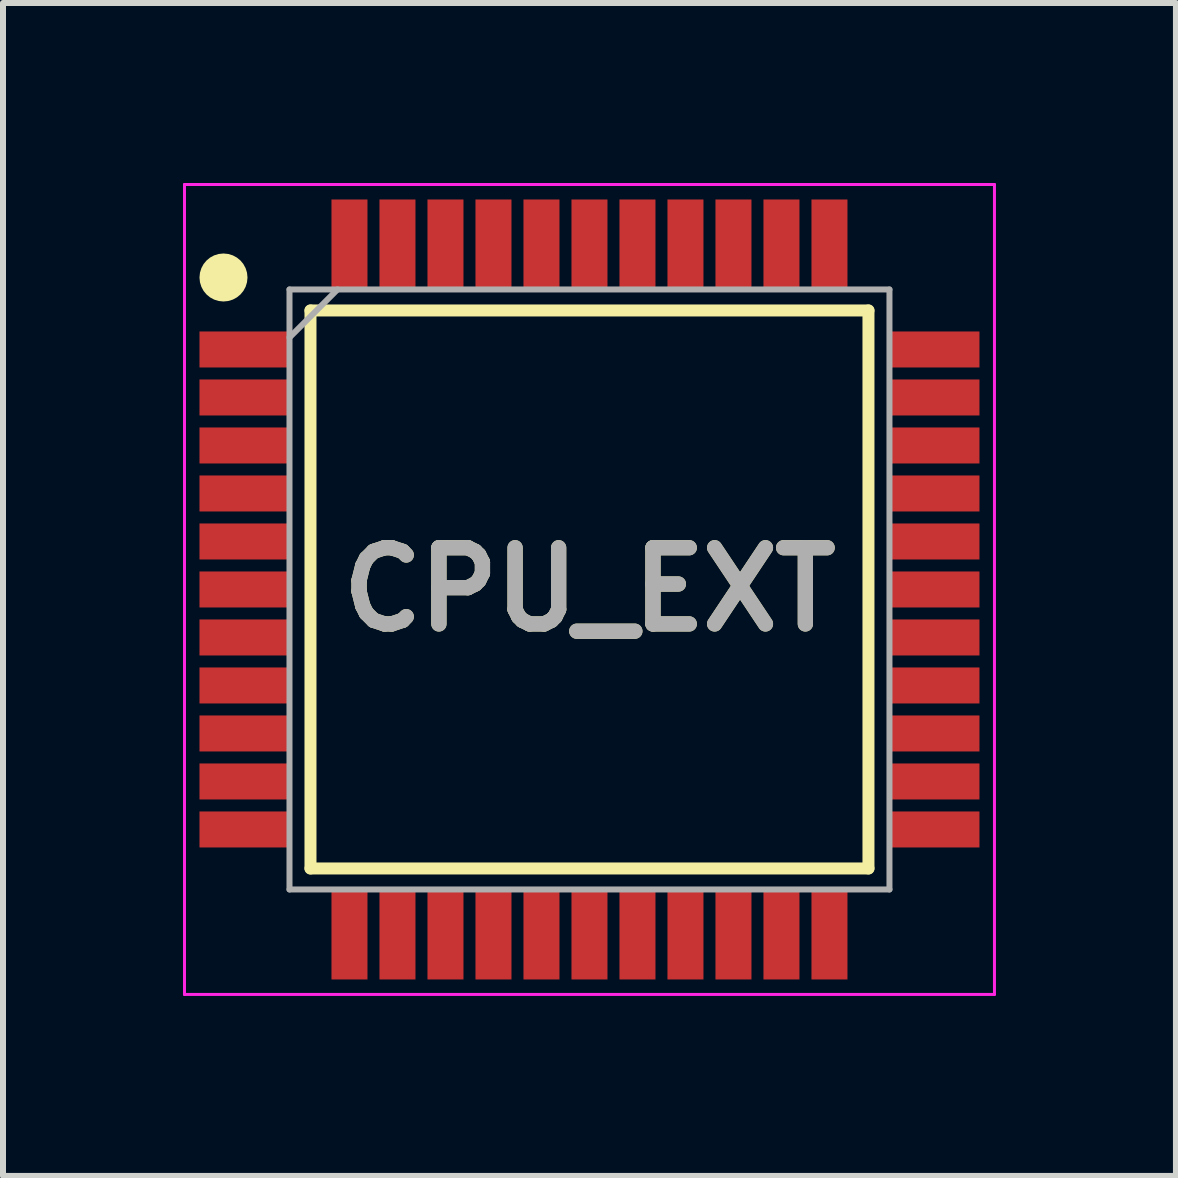
<source format=kicad_pcb>
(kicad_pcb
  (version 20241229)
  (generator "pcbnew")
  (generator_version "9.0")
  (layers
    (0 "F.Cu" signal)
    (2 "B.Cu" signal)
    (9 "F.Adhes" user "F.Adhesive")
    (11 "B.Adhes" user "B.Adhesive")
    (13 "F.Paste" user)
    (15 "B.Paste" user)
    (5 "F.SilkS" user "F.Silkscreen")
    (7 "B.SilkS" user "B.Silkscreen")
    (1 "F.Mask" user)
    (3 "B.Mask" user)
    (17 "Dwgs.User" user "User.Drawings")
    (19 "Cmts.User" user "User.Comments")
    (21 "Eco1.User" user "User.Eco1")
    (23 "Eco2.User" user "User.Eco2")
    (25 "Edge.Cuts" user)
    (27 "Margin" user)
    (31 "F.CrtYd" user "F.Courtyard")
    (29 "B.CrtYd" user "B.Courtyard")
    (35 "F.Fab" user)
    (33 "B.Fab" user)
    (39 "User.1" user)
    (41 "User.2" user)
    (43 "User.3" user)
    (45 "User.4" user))
  (footprint "CPU_EXT"
    (layer "F.Cu")
    (at 6.775 6.775)
    (property "Reference" "CPU_EXT" (at 0 0 0) (layer "F.SilkS") (effects (font (size 1.27 1.27) (thickness 0.254))))
    (attr smd)
    (fp_line (start -4.65 -4.65) (end 4.65 -4.65) (stroke (width 0.2) (type solid)) (layer "F.SilkS"))
    (fp_line (start -4.65 4.65) (end -4.65 -4.65) (stroke (width 0.2) (type solid)) (layer "F.SilkS"))
    (fp_line (start 4.65 -4.65) (end 4.65 4.65) (stroke (width 0.2) (type solid)) (layer "F.SilkS"))
    (fp_line (start 4.65 4.65) (end -4.65 4.65) (stroke (width 0.2) (type solid)) (layer "F.SilkS"))
    (fp_circle (center -6.1 -5.2) (end -6.1 -5) (stroke (width 0.4) (type solid)) (fill no) (layer "F.SilkS"))
    (fp_line (start -6.75 -6.75) (end 6.75 -6.75) (stroke (width 0.05) (type solid)) (layer "F.CrtYd"))
    (fp_line (start -6.75 6.75) (end -6.75 -6.75) (stroke (width 0.05) (type solid)) (layer "F.CrtYd"))
    (fp_line (start 6.75 -6.75) (end 6.75 6.75) (stroke (width 0.05) (type solid)) (layer "F.CrtYd"))
    (fp_line (start 6.75 6.75) (end -6.75 6.75) (stroke (width 0.05) (type solid)) (layer "F.CrtYd"))
    (fp_line (start -5 -5) (end 5 -5) (stroke (width 0.1) (type solid)) (layer "F.Fab"))
    (fp_line (start -5 -4.2) (end -4.2 -5) (stroke (width 0.1) (type solid)) (layer "F.Fab"))
    (fp_line (start -5 5) (end -5 -5) (stroke (width 0.1) (type solid)) (layer "F.Fab"))
    (fp_line (start 5 -5) (end 5 5) (stroke (width 0.1) (type solid)) (layer "F.Fab"))
    (fp_line (start 5 5) (end -5 5) (stroke (width 0.1) (type solid)) (layer "F.Fab"))
    (fp_text user "${REFERENCE}" (at 0 0 0) (layer "F.Fab") (effects (font (size 1.27 1.27) (thickness 0.254))))
    (pad "1" smd rect (at -5.75 -4 90) (size 0.6 1.5) (layers "F.Cu" "F.Mask" "F.Paste"))
    (pad "2" smd rect (at -5.75 -3.2 90) (size 0.6 1.5) (layers "F.Cu" "F.Mask" "F.Paste"))
    (pad "3" smd rect (at -5.75 -2.4 90) (size 0.6 1.5) (layers "F.Cu" "F.Mask" "F.Paste"))
    (pad "4" smd rect (at -5.75 -1.6 90) (size 0.6 1.5) (layers "F.Cu" "F.Mask" "F.Paste"))
    (pad "5" smd rect (at -5.75 -0.8 90) (size 0.6 1.5) (layers "F.Cu" "F.Mask" "F.Paste"))
    (pad "6" smd rect (at -5.75 0 90) (size 0.6 1.5) (layers "F.Cu" "F.Mask" "F.Paste"))
    (pad "7" smd rect (at -5.75 0.8 90) (size 0.6 1.5) (layers "F.Cu" "F.Mask" "F.Paste"))
    (pad "8" smd rect (at -5.75 1.6 90) (size 0.6 1.5) (layers "F.Cu" "F.Mask" "F.Paste"))
    (pad "9" smd rect (at -5.75 2.4 90) (size 0.6 1.5) (layers "F.Cu" "F.Mask" "F.Paste"))
    (pad "10" smd rect (at -5.75 3.2 90) (size 0.6 1.5) (layers "F.Cu" "F.Mask" "F.Paste"))
    (pad "11" smd rect (at -5.75 4 90) (size 0.6 1.5) (layers "F.Cu" "F.Mask" "F.Paste"))
    (pad "12" smd rect (at -4 5.75) (size 0.6 1.5) (layers "F.Cu" "F.Mask" "F.Paste"))
    (pad "13" smd rect (at -3.2 5.75) (size 0.6 1.5) (layers "F.Cu" "F.Mask" "F.Paste"))
    (pad "14" smd rect (at -2.4 5.75) (size 0.6 1.5) (layers "F.Cu" "F.Mask" "F.Paste"))
    (pad "15" smd rect (at -1.6 5.75) (size 0.6 1.5) (layers "F.Cu" "F.Mask" "F.Paste"))
    (pad "16" smd rect (at -0.8 5.75) (size 0.6 1.5) (layers "F.Cu" "F.Mask" "F.Paste"))
    (pad "17" smd rect (at 0 5.75) (size 0.6 1.5) (layers "F.Cu" "F.Mask" "F.Paste"))
    (pad "18" smd rect (at 0.8 5.75) (size 0.6 1.5) (layers "F.Cu" "F.Mask" "F.Paste"))
    (pad "19" smd rect (at 1.6 5.75) (size 0.6 1.5) (layers "F.Cu" "F.Mask" "F.Paste"))
    (pad "20" smd rect (at 2.4 5.75) (size 0.6 1.5) (layers "F.Cu" "F.Mask" "F.Paste"))
    (pad "21" smd rect (at 3.2 5.75) (size 0.6 1.5) (layers "F.Cu" "F.Mask" "F.Paste"))
    (pad "22" smd rect (at 4 5.75) (size 0.6 1.5) (layers "F.Cu" "F.Mask" "F.Paste"))
    (pad "23" smd rect (at 5.75 4 90) (size 0.6 1.5) (layers "F.Cu" "F.Mask" "F.Paste"))
    (pad "24" smd rect (at 5.75 3.2 90) (size 0.6 1.5) (layers "F.Cu" "F.Mask" "F.Paste"))
    (pad "25" smd rect (at 5.75 2.4 90) (size 0.6 1.5) (layers "F.Cu" "F.Mask" "F.Paste"))
    (pad "26" smd rect (at 5.75 1.6 90) (size 0.6 1.5) (layers "F.Cu" "F.Mask" "F.Paste"))
    (pad "27" smd rect (at 5.75 0.8 90) (size 0.6 1.5) (layers "F.Cu" "F.Mask" "F.Paste"))
    (pad "28" smd rect (at 5.75 0 90) (size 0.6 1.5) (layers "F.Cu" "F.Mask" "F.Paste"))
    (pad "29" smd rect (at 5.75 -0.8 90) (size 0.6 1.5) (layers "F.Cu" "F.Mask" "F.Paste"))
    (pad "30" smd rect (at 5.75 -1.6 90) (size 0.6 1.5) (layers "F.Cu" "F.Mask" "F.Paste"))
    (pad "31" smd rect (at 5.75 -2.4 90) (size 0.6 1.5) (layers "F.Cu" "F.Mask" "F.Paste"))
    (pad "32" smd rect (at 5.75 -3.2 90) (size 0.6 1.5) (layers "F.Cu" "F.Mask" "F.Paste"))
    (pad "33" smd rect (at 5.75 -4 90) (size 0.6 1.5) (layers "F.Cu" "F.Mask" "F.Paste"))
    (pad "34" smd rect (at 4 -5.75) (size 0.6 1.5) (layers "F.Cu" "F.Mask" "F.Paste"))
    (pad "35" smd rect (at 3.2 -5.75) (size 0.6 1.5) (layers "F.Cu" "F.Mask" "F.Paste"))
    (pad "36" smd rect (at 2.4 -5.75) (size 0.6 1.5) (layers "F.Cu" "F.Mask" "F.Paste"))
    (pad "37" smd rect (at 1.6 -5.75) (size 0.6 1.5) (layers "F.Cu" "F.Mask" "F.Paste"))
    (pad "38" smd rect (at 0.8 -5.75) (size 0.6 1.5) (layers "F.Cu" "F.Mask" "F.Paste"))
    (pad "39" smd rect (at 0 -5.75) (size 0.6 1.5) (layers "F.Cu" "F.Mask" "F.Paste"))
    (pad "40" smd rect (at -0.8 -5.75) (size 0.6 1.5) (layers "F.Cu" "F.Mask" "F.Paste"))
    (pad "41" smd rect (at -1.6 -5.75) (size 0.6 1.5) (layers "F.Cu" "F.Mask" "F.Paste"))
    (pad "42" smd rect (at -2.4 -5.75) (size 0.6 1.5) (layers "F.Cu" "F.Mask" "F.Paste"))
    (pad "43" smd rect (at -3.2 -5.75) (size 0.6 1.5) (layers "F.Cu" "F.Mask" "F.Paste"))
    (pad "44" smd rect (at -4 -5.75) (size 0.6 1.5) (layers "F.Cu" "F.Mask" "F.Paste")))
  (gr_rect
    (start -3 -3)
    (end 16.55 16.55)
    (stroke (width 0.1) (type default))
    (fill no)
    (layer "Edge.Cuts")))
</source>
